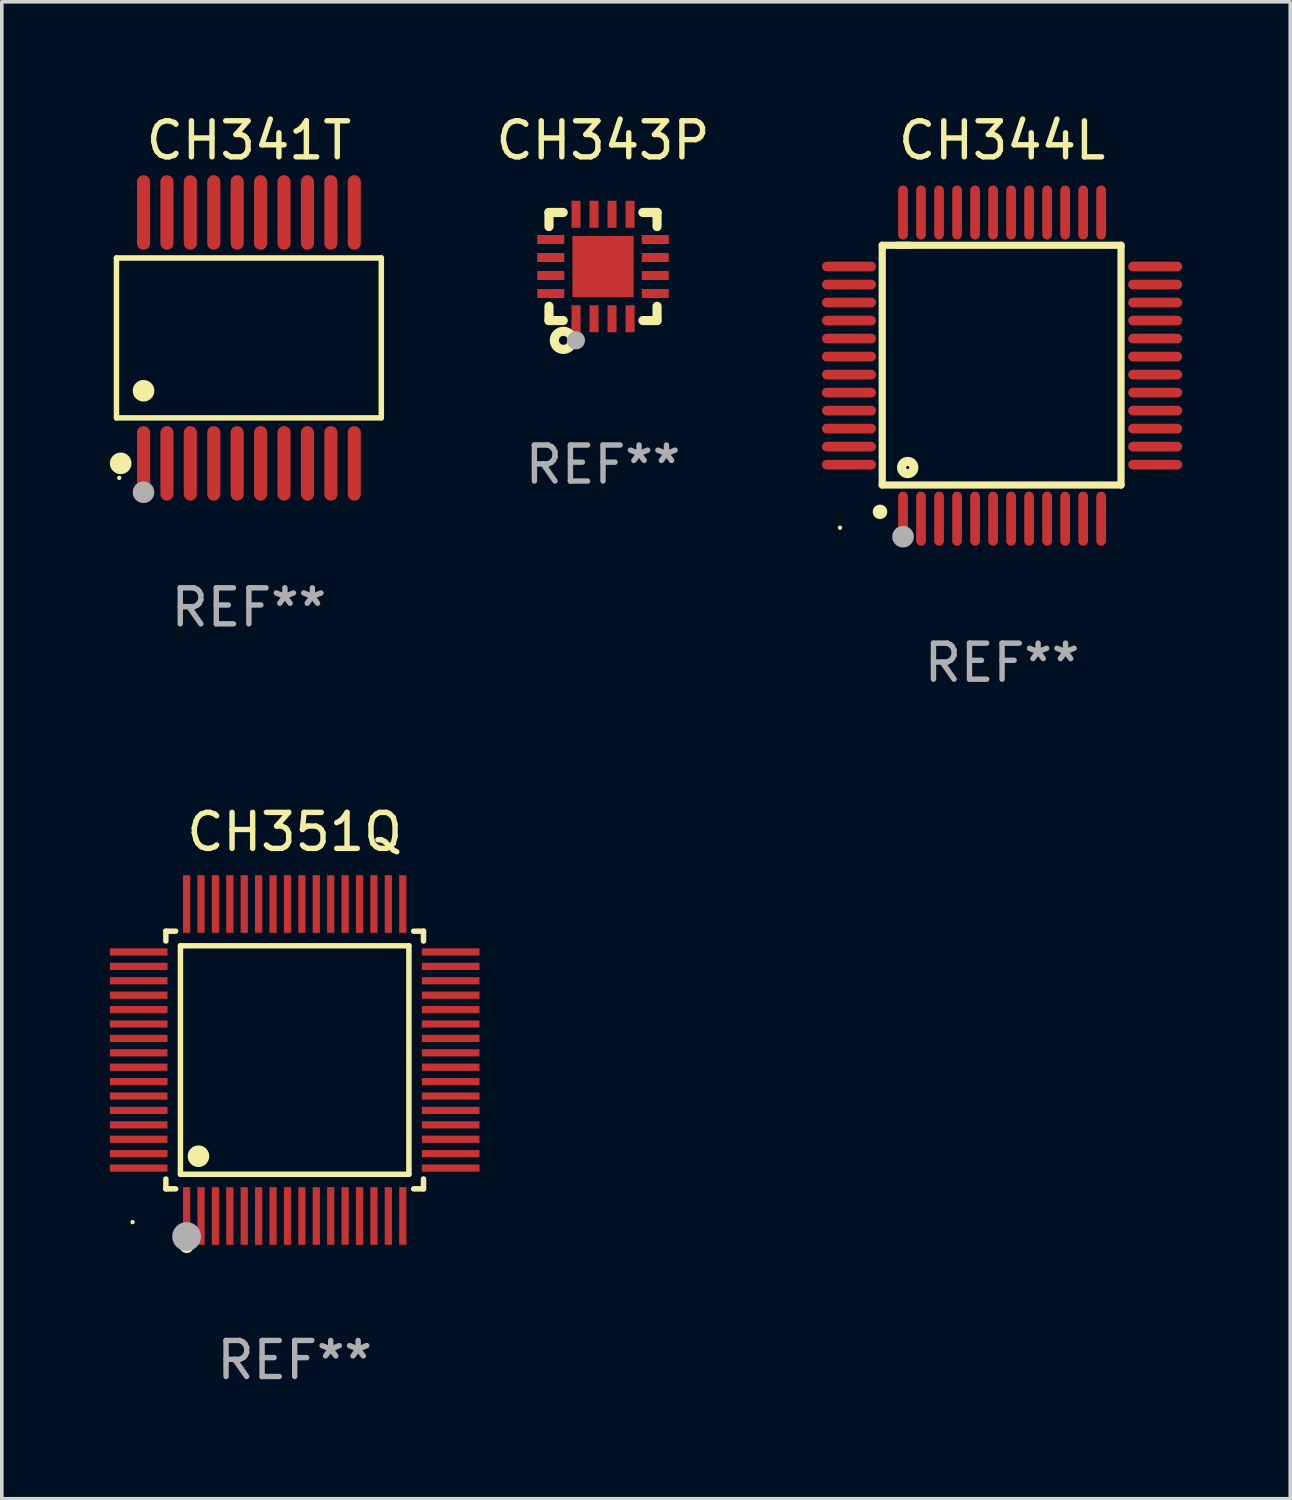
<source format=kicad_pcb>
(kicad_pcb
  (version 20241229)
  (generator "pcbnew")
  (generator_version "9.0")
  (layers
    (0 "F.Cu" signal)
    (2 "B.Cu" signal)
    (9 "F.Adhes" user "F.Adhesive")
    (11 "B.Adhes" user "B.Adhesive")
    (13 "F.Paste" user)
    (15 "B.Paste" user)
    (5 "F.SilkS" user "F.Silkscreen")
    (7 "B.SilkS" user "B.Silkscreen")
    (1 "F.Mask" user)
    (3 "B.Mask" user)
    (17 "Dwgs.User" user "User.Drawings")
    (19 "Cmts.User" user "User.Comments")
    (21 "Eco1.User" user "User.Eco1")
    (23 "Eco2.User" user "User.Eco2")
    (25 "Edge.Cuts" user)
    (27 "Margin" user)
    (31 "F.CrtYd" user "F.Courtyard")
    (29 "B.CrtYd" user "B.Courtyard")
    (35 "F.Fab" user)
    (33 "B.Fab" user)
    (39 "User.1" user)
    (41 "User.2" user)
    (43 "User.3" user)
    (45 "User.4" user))
  (footprint "CH341T"
    (layer "F.Cu")
    (at 3.859 6.33)
    (property "Reference" "CH341T" (at 0 -5.482 0) (layer "F.SilkS") (effects (font (size 1 1) (thickness 0.15))))
    (attr through_hole)
    (fp_line (start -3.676 -2.219) (end 3.676 -2.219) (stroke (width 0.152) (type solid)) (layer "F.SilkS"))
    (fp_line (start -3.676 2.219) (end -3.676 -2.219) (stroke (width 0.152) (type solid)) (layer "F.SilkS"))
    (fp_line (start 3.676 -2.219) (end 3.676 2.219) (stroke (width 0.152) (type solid)) (layer "F.SilkS"))
    (fp_line (start 3.676 2.219) (end -3.676 2.219) (stroke (width 0.152) (type solid)) (layer "F.SilkS"))
    (fp_circle (center -3.6 3.885) (end -3.57 3.885) (stroke (width 0.06) (type solid)) (fill no) (layer "F.SilkS"))
    (fp_circle (center -3.559 3.482) (end -3.409 3.482) (stroke (width 0.3) (type solid)) (fill no) (layer "F.SilkS"))
    (fp_circle (center -2.925 1.467) (end -2.775 1.467) (stroke (width 0.3) (type solid)) (fill no) (layer "F.SilkS"))
    (fp_circle (center -2.925 4.285) (end -2.775 4.285) (stroke (width 0.3) (type solid)) (fill no) (layer "F.Fab"))
    (fp_text user "REF**" (at 0 7.482 0) (layer "F.Fab") (effects (font (size 1 1) (thickness 0.15))))
    (pad "1" smd oval (at -2.925 3.482) (size 0.364 2.069) (layers "F.Cu" "F.Mask" "F.Paste"))
    (pad "2" smd oval (at -2.275 3.482) (size 0.364 2.069) (layers "F.Cu" "F.Mask" "F.Paste"))
    (pad "3" smd oval (at -1.625 3.482) (size 0.364 2.069) (layers "F.Cu" "F.Mask" "F.Paste"))
    (pad "4" smd oval (at -0.975 3.482) (size 0.364 2.069) (layers "F.Cu" "F.Mask" "F.Paste"))
    (pad "5" smd oval (at -0.325 3.482) (size 0.364 2.069) (layers "F.Cu" "F.Mask" "F.Paste"))
    (pad "6" smd oval (at 0.325 3.482) (size 0.364 2.069) (layers "F.Cu" "F.Mask" "F.Paste"))
    (pad "7" smd oval (at 0.975 3.482) (size 0.364 2.069) (layers "F.Cu" "F.Mask" "F.Paste"))
    (pad "8" smd oval (at 1.625 3.482) (size 0.364 2.069) (layers "F.Cu" "F.Mask" "F.Paste"))
    (pad "9" smd oval (at 2.275 3.482) (size 0.364 2.069) (layers "F.Cu" "F.Mask" "F.Paste"))
    (pad "10" smd oval (at 2.925 3.482) (size 0.364 2.069) (layers "F.Cu" "F.Mask" "F.Paste"))
    (pad "11" smd oval (at 2.925 -3.482) (size 0.364 2.069) (layers "F.Cu" "F.Mask" "F.Paste"))
    (pad "12" smd oval (at 2.275 -3.482) (size 0.364 2.069) (layers "F.Cu" "F.Mask" "F.Paste"))
    (pad "13" smd oval (at 1.625 -3.482) (size 0.364 2.069) (layers "F.Cu" "F.Mask" "F.Paste"))
    (pad "14" smd oval (at 0.975 -3.482) (size 0.364 2.069) (layers "F.Cu" "F.Mask" "F.Paste"))
    (pad "15" smd oval (at 0.325 -3.482) (size 0.364 2.069) (layers "F.Cu" "F.Mask" "F.Paste"))
    (pad "16" smd oval (at -0.325 -3.482) (size 0.364 2.069) (layers "F.Cu" "F.Mask" "F.Paste"))
    (pad "17" smd oval (at -0.975 -3.482) (size 0.364 2.069) (layers "F.Cu" "F.Mask" "F.Paste"))
    (pad "18" smd oval (at -1.625 -3.482) (size 0.364 2.069) (layers "F.Cu" "F.Mask" "F.Paste"))
    (pad "19" smd oval (at -2.275 -3.482) (size 0.364 2.069) (layers "F.Cu" "F.Mask" "F.Paste"))
    (pad "20" smd oval (at -2.925 -3.482) (size 0.364 2.069) (layers "F.Cu" "F.Mask" "F.Paste")))
  (footprint "CH343P"
    (layer "F.Cu")
    (at 13.689 4.348)
    (property "Reference" "CH343P" (at 0 -3.5 0) (layer "F.SilkS") (effects (font (size 1 1) (thickness 0.15))))
    (attr through_hole)
    (fp_line (start -1.5 -1.5) (end -1.5 -1.108) (stroke (width 0.254) (type solid)) (layer "F.SilkS"))
    (fp_line (start -1.5 -1.5) (end -1.105 -1.5) (stroke (width 0.254) (type solid)) (layer "F.SilkS"))
    (fp_line (start -1.5 1.104) (end -1.5 1.5) (stroke (width 0.254) (type solid)) (layer "F.SilkS"))
    (fp_line (start -1.5 1.5) (end -1.105 1.5) (stroke (width 0.254) (type solid)) (layer "F.SilkS"))
    (fp_line (start 1.106 -1.5) (end 1.5 -1.5) (stroke (width 0.254) (type solid)) (layer "F.SilkS"))
    (fp_line (start 1.108 1.5) (end 1.5 1.5) (stroke (width 0.254) (type solid)) (layer "F.SilkS"))
    (fp_line (start 1.5 -1.108) (end 1.5 -1.5) (stroke (width 0.254) (type solid)) (layer "F.SilkS"))
    (fp_line (start 1.5 1.5) (end 1.5 1.104) (stroke (width 0.254) (type solid)) (layer "F.SilkS"))
    (fp_circle (center -1.5 1.5) (end -1.47 1.5) (stroke (width 0.06) (type solid)) (fill no) (layer "F.SilkS"))
    (fp_circle (center -1.1 2.05) (end -0.975 2.05) (stroke (width 0.254) (type solid)) (fill no) (layer "F.SilkS"))
    (fp_circle (center -0.75 2.05) (end -0.625 2.05) (stroke (width 0.25) (type solid)) (fill no) (layer "F.Fab"))
    (fp_text user "REF**" (at 0 5.5 0) (layer "F.Fab") (effects (font (size 1 1) (thickness 0.15))))
    (pad "1" smd rect (at -0.749 1.45) (size 0.25 0.75) (layers "F.Cu" "F.Mask" "F.Paste"))
    (pad "2" smd rect (at -0.249 1.45) (size 0.25 0.75) (layers "F.Cu" "F.Mask" "F.Paste"))
    (pad "3" smd rect (at 0.251 1.45) (size 0.25 0.75) (layers "F.Cu" "F.Mask" "F.Paste"))
    (pad "4" smd rect (at 0.751 1.45) (size 0.25 0.75) (layers "F.Cu" "F.Mask" "F.Paste"))
    (pad "5" smd rect (at 1.45 0.75) (size 0.75 0.25) (layers "F.Cu" "F.Mask" "F.Paste"))
    (pad "6" smd rect (at 1.45 0.25) (size 0.75 0.25) (layers "F.Cu" "F.Mask" "F.Paste"))
    (pad "7" smd rect (at 1.45 -0.25) (size 0.75 0.25) (layers "F.Cu" "F.Mask" "F.Paste"))
    (pad "8" smd rect (at 1.45 -0.75) (size 0.75 0.25) (layers "F.Cu" "F.Mask" "F.Paste"))
    (pad "9" smd rect (at 0.75 -1.45) (size 0.25 0.75) (layers "F.Cu" "F.Mask" "F.Paste"))
    (pad "10" smd rect (at 0.25 -1.45) (size 0.25 0.75) (layers "F.Cu" "F.Mask" "F.Paste"))
    (pad "11" smd rect (at -0.25 -1.45) (size 0.25 0.75) (layers "F.Cu" "F.Mask" "F.Paste"))
    (pad "12" smd rect (at -0.749 -1.45) (size 0.25 0.75) (layers "F.Cu" "F.Mask" "F.Paste"))
    (pad "13" smd rect (at -1.45 -0.75) (size 0.75 0.25) (layers "F.Cu" "F.Mask" "F.Paste"))
    (pad "14" smd rect (at -1.45 -0.25) (size 0.75 0.25) (layers "F.Cu" "F.Mask" "F.Paste"))
    (pad "15" smd rect (at -1.45 0.25) (size 0.75 0.25) (layers "F.Cu" "F.Mask" "F.Paste"))
    (pad "16" smd rect (at -1.45 0.75) (size 0.75 0.25) (layers "F.Cu" "F.Mask" "F.Paste"))
    (pad "17" smd rect (at 0.000267 0.000267) (size 1.7 1.7) (layers "F.Cu" "F.Mask" "F.Paste")))
  (footprint "CH351Q"
    (layer "F.Cu")
    (at 5.13 26.375)
    (property "Reference" "CH351Q" (at 0 -6.33 0) (layer "F.SilkS") (effects (font (size 1 1) (thickness 0.15))))
    (attr through_hole)
    (fp_line (start -3.576 -3.576) (end -3.303 -3.576) (stroke (width 0.152) (type solid)) (layer "F.SilkS"))
    (fp_line (start -3.576 -3.303) (end -3.576 -3.576) (stroke (width 0.152) (type solid)) (layer "F.SilkS"))
    (fp_line (start -3.576 3.303) (end -3.576 3.576) (stroke (width 0.152) (type solid)) (layer "F.SilkS"))
    (fp_line (start -3.576 3.576) (end -3.303 3.576) (stroke (width 0.152) (type solid)) (layer "F.SilkS"))
    (fp_line (start -3.171 -3.171) (end 3.171 -3.171) (stroke (width 0.152) (type solid)) (layer "F.SilkS"))
    (fp_line (start -3.171 3.171) (end -3.171 -3.171) (stroke (width 0.152) (type solid)) (layer "F.SilkS"))
    (fp_line (start 3.171 -3.171) (end 3.171 3.171) (stroke (width 0.152) (type solid)) (layer "F.SilkS"))
    (fp_line (start 3.171 3.171) (end -3.171 3.171) (stroke (width 0.152) (type solid)) (layer "F.SilkS"))
    (fp_line (start 3.576 -3.576) (end 3.303 -3.576) (stroke (width 0.152) (type solid)) (layer "F.SilkS"))
    (fp_line (start 3.576 -3.303) (end 3.576 -3.576) (stroke (width 0.152) (type solid)) (layer "F.SilkS"))
    (fp_line (start 3.576 3.303) (end 3.576 3.576) (stroke (width 0.152) (type solid)) (layer "F.SilkS"))
    (fp_line (start 3.576 3.576) (end 3.303 3.576) (stroke (width 0.152) (type solid)) (layer "F.SilkS"))
    (fp_circle (center -4.5 4.5) (end -4.47 4.5) (stroke (width 0.06) (type solid)) (fill no) (layer "F.SilkS"))
    (fp_circle (center -3 5.16) (end -2.9 5.16) (stroke (width 0.2) (type solid)) (fill no) (layer "F.SilkS"))
    (fp_circle (center -2.671 2.671) (end -2.521 2.671) (stroke (width 0.3) (type solid)) (fill no) (layer "F.SilkS"))
    (fp_circle (center -3 4.9) (end -2.8 4.9) (stroke (width 0.4) (type solid)) (fill no) (layer "F.Fab"))
    (fp_text user "REF**" (at 0 8.33 0) (layer "F.Fab") (effects (font (size 1 1) (thickness 0.15))))
    (pad "1" smd rect (at -3 4.33) (size 0.2 1.6) (layers "F.Cu" "F.Mask" "F.Paste"))
    (pad "2" smd rect (at -2.6 4.33) (size 0.2 1.6) (layers "F.Cu" "F.Mask" "F.Paste"))
    (pad "3" smd rect (at -2.2 4.33) (size 0.2 1.6) (layers "F.Cu" "F.Mask" "F.Paste"))
    (pad "4" smd rect (at -1.8 4.33) (size 0.2 1.6) (layers "F.Cu" "F.Mask" "F.Paste"))
    (pad "5" smd rect (at -1.4 4.33) (size 0.2 1.6) (layers "F.Cu" "F.Mask" "F.Paste"))
    (pad "6" smd rect (at -1 4.33) (size 0.2 1.6) (layers "F.Cu" "F.Mask" "F.Paste"))
    (pad "7" smd rect (at -0.6 4.33) (size 0.2 1.6) (layers "F.Cu" "F.Mask" "F.Paste"))
    (pad "8" smd rect (at -0.2 4.33) (size 0.2 1.6) (layers "F.Cu" "F.Mask" "F.Paste"))
    (pad "9" smd rect (at 0.2 4.33) (size 0.2 1.6) (layers "F.Cu" "F.Mask" "F.Paste"))
    (pad "10" smd rect (at 0.6 4.33) (size 0.2 1.6) (layers "F.Cu" "F.Mask" "F.Paste"))
    (pad "11" smd rect (at 1 4.33) (size 0.2 1.6) (layers "F.Cu" "F.Mask" "F.Paste"))
    (pad "12" smd rect (at 1.4 4.33) (size 0.2 1.6) (layers "F.Cu" "F.Mask" "F.Paste"))
    (pad "13" smd rect (at 1.8 4.33) (size 0.2 1.6) (layers "F.Cu" "F.Mask" "F.Paste"))
    (pad "14" smd rect (at 2.2 4.33) (size 0.2 1.6) (layers "F.Cu" "F.Mask" "F.Paste"))
    (pad "15" smd rect (at 2.6 4.33) (size 0.2 1.6) (layers "F.Cu" "F.Mask" "F.Paste"))
    (pad "16" smd rect (at 3 4.33) (size 0.2 1.6) (layers "F.Cu" "F.Mask" "F.Paste"))
    (pad "17" smd rect (at 4.33 3) (size 1.6 0.2) (layers "F.Cu" "F.Mask" "F.Paste"))
    (pad "18" smd rect (at 4.33 2.6) (size 1.6 0.2) (layers "F.Cu" "F.Mask" "F.Paste"))
    (pad "19" smd rect (at 4.33 2.2) (size 1.6 0.2) (layers "F.Cu" "F.Mask" "F.Paste"))
    (pad "20" smd rect (at 4.33 1.8) (size 1.6 0.2) (layers "F.Cu" "F.Mask" "F.Paste"))
    (pad "21" smd rect (at 4.33 1.4) (size 1.6 0.2) (layers "F.Cu" "F.Mask" "F.Paste"))
    (pad "22" smd rect (at 4.33 1) (size 1.6 0.2) (layers "F.Cu" "F.Mask" "F.Paste"))
    (pad "23" smd rect (at 4.33 0.6) (size 1.6 0.2) (layers "F.Cu" "F.Mask" "F.Paste"))
    (pad "24" smd rect (at 4.33 0.2) (size 1.6 0.2) (layers "F.Cu" "F.Mask" "F.Paste"))
    (pad "25" smd rect (at 4.33 -0.2) (size 1.6 0.2) (layers "F.Cu" "F.Mask" "F.Paste"))
    (pad "26" smd rect (at 4.33 -0.6) (size 1.6 0.2) (layers "F.Cu" "F.Mask" "F.Paste"))
    (pad "27" smd rect (at 4.33 -1) (size 1.6 0.2) (layers "F.Cu" "F.Mask" "F.Paste"))
    (pad "28" smd rect (at 4.33 -1.4) (size 1.6 0.2) (layers "F.Cu" "F.Mask" "F.Paste"))
    (pad "29" smd rect (at 4.33 -1.8) (size 1.6 0.2) (layers "F.Cu" "F.Mask" "F.Paste"))
    (pad "30" smd rect (at 4.33 -2.2) (size 1.6 0.2) (layers "F.Cu" "F.Mask" "F.Paste"))
    (pad "31" smd rect (at 4.33 -2.6) (size 1.6 0.2) (layers "F.Cu" "F.Mask" "F.Paste"))
    (pad "32" smd rect (at 4.33 -3) (size 1.6 0.2) (layers "F.Cu" "F.Mask" "F.Paste"))
    (pad "33" smd rect (at 3 -4.33) (size 0.2 1.6) (layers "F.Cu" "F.Mask" "F.Paste"))
    (pad "34" smd rect (at 2.6 -4.33) (size 0.2 1.6) (layers "F.Cu" "F.Mask" "F.Paste"))
    (pad "35" smd rect (at 2.2 -4.33) (size 0.2 1.6) (layers "F.Cu" "F.Mask" "F.Paste"))
    (pad "36" smd rect (at 1.8 -4.33) (size 0.2 1.6) (layers "F.Cu" "F.Mask" "F.Paste"))
    (pad "37" smd rect (at 1.4 -4.33) (size 0.2 1.6) (layers "F.Cu" "F.Mask" "F.Paste"))
    (pad "38" smd rect (at 1 -4.33) (size 0.2 1.6) (layers "F.Cu" "F.Mask" "F.Paste"))
    (pad "39" smd rect (at 0.6 -4.33) (size 0.2 1.6) (layers "F.Cu" "F.Mask" "F.Paste"))
    (pad "40" smd rect (at 0.2 -4.33) (size 0.2 1.6) (layers "F.Cu" "F.Mask" "F.Paste"))
    (pad "41" smd rect (at -0.2 -4.33) (size 0.2 1.6) (layers "F.Cu" "F.Mask" "F.Paste"))
    (pad "42" smd rect (at -0.6 -4.33) (size 0.2 1.6) (layers "F.Cu" "F.Mask" "F.Paste"))
    (pad "43" smd rect (at -1 -4.33) (size 0.2 1.6) (layers "F.Cu" "F.Mask" "F.Paste"))
    (pad "44" smd rect (at -1.4 -4.33) (size 0.2 1.6) (layers "F.Cu" "F.Mask" "F.Paste"))
    (pad "45" smd rect (at -1.8 -4.33) (size 0.2 1.6) (layers "F.Cu" "F.Mask" "F.Paste"))
    (pad "46" smd rect (at -2.2 -4.33) (size 0.2 1.6) (layers "F.Cu" "F.Mask" "F.Paste"))
    (pad "47" smd rect (at -2.6 -4.33) (size 0.2 1.6) (layers "F.Cu" "F.Mask" "F.Paste"))
    (pad "48" smd rect (at -3 -4.33) (size 0.2 1.6) (layers "F.Cu" "F.Mask" "F.Paste"))
    (pad "49" smd rect (at -4.33 -3) (size 1.6 0.2) (layers "F.Cu" "F.Mask" "F.Paste"))
    (pad "50" smd rect (at -4.33 -2.6) (size 1.6 0.2) (layers "F.Cu" "F.Mask" "F.Paste"))
    (pad "51" smd rect (at -4.33 -2.2) (size 1.6 0.2) (layers "F.Cu" "F.Mask" "F.Paste"))
    (pad "52" smd rect (at -4.33 -1.8) (size 1.6 0.2) (layers "F.Cu" "F.Mask" "F.Paste"))
    (pad "53" smd rect (at -4.33 -1.4) (size 1.6 0.2) (layers "F.Cu" "F.Mask" "F.Paste"))
    (pad "54" smd rect (at -4.33 -1) (size 1.6 0.2) (layers "F.Cu" "F.Mask" "F.Paste"))
    (pad "55" smd rect (at -4.33 -0.6) (size 1.6 0.2) (layers "F.Cu" "F.Mask" "F.Paste"))
    (pad "56" smd rect (at -4.33 -0.2) (size 1.6 0.2) (layers "F.Cu" "F.Mask" "F.Paste"))
    (pad "57" smd rect (at -4.33 0.2) (size 1.6 0.2) (layers "F.Cu" "F.Mask" "F.Paste"))
    (pad "58" smd rect (at -4.33 0.6) (size 1.6 0.2) (layers "F.Cu" "F.Mask" "F.Paste"))
    (pad "59" smd rect (at -4.33 1) (size 1.6 0.2) (layers "F.Cu" "F.Mask" "F.Paste"))
    (pad "60" smd rect (at -4.33 1.4) (size 1.6 0.2) (layers "F.Cu" "F.Mask" "F.Paste"))
    (pad "61" smd rect (at -4.33 1.8) (size 1.6 0.2) (layers "F.Cu" "F.Mask" "F.Paste"))
    (pad "62" smd rect (at -4.33 2.2) (size 1.6 0.2) (layers "F.Cu" "F.Mask" "F.Paste"))
    (pad "63" smd rect (at -4.33 2.6) (size 1.6 0.2) (layers "F.Cu" "F.Mask" "F.Paste"))
    (pad "64" smd rect (at -4.33 3) (size 1.6 0.2) (layers "F.Cu" "F.Mask" "F.Paste")))
  (footprint "CH344L"
    (layer "F.Cu")
    (at 24.767 7.098)
    (property "Reference" "CH344L" (at 0 -6.25 0) (layer "F.SilkS") (effects (font (size 1 1) (thickness 0.15))))
    (attr through_hole)
    (fp_line (start -3.327 -3.34) (end -2.565 -3.34) (stroke (width 0.2) (type solid)) (layer "F.SilkS"))
    (fp_line (start -3.327 3.315) (end -3.327 -3.34) (stroke (width 0.2) (type solid)) (layer "F.SilkS"))
    (fp_line (start -2.896 -3.34) (end 3.302 -3.34) (stroke (width 0.2) (type solid)) (layer "F.SilkS"))
    (fp_line (start 3.302 -3.34) (end 3.302 3.315) (stroke (width 0.2) (type solid)) (layer "F.SilkS"))
    (fp_line (start 3.302 3.315) (end -3.327 3.315) (stroke (width 0.2) (type solid)) (layer "F.SilkS"))
    (fp_arc (start -3.389992 4.059995) (mid -3.388722 4.059991) (end -3.387452 4.059995) (stroke (width 0.4) (type solid)) (layer "F.SilkS"))
    (fp_circle (center -4.5 4.5) (end -4.47 4.5) (stroke (width 0.06) (type solid)) (fill no) (layer "F.SilkS"))
    (fp_circle (center -2.62 2.83) (end -2.45 2.83) (stroke (width 0.254) (type solid)) (fill no) (layer "F.SilkS"))
    (fp_circle (center -2.75 4.75) (end -2.6 4.75) (stroke (width 0.3) (type solid)) (fill no) (layer "F.Fab"))
    (fp_text user "REF**" (at 0 8.25 0) (layer "F.Fab") (effects (font (size 1 1) (thickness 0.15))))
    (pad "1" smd oval (at -2.75 4.25) (size 0.27 1.5) (layers "F.Cu" "F.Mask" "F.Paste"))
    (pad "2" smd oval (at -2.25 4.25) (size 0.27 1.5) (layers "F.Cu" "F.Mask" "F.Paste"))
    (pad "3" smd oval (at -1.75 4.25) (size 0.27 1.5) (layers "F.Cu" "F.Mask" "F.Paste"))
    (pad "4" smd oval (at -1.25 4.25) (size 0.27 1.5) (layers "F.Cu" "F.Mask" "F.Paste"))
    (pad "5" smd oval (at -0.75 4.25) (size 0.27 1.5) (layers "F.Cu" "F.Mask" "F.Paste"))
    (pad "6" smd oval (at -0.25 4.25) (size 0.27 1.5) (layers "F.Cu" "F.Mask" "F.Paste"))
    (pad "7" smd oval (at 0.25 4.25) (size 0.27 1.5) (layers "F.Cu" "F.Mask" "F.Paste"))
    (pad "8" smd oval (at 0.75 4.25) (size 0.27 1.5) (layers "F.Cu" "F.Mask" "F.Paste"))
    (pad "9" smd oval (at 1.25 4.25) (size 0.27 1.5) (layers "F.Cu" "F.Mask" "F.Paste"))
    (pad "10" smd oval (at 1.75 4.25) (size 0.27 1.5) (layers "F.Cu" "F.Mask" "F.Paste"))
    (pad "11" smd oval (at 2.25 4.25) (size 0.27 1.5) (layers "F.Cu" "F.Mask" "F.Paste"))
    (pad "12" smd oval (at 2.75 4.25) (size 0.27 1.5) (layers "F.Cu" "F.Mask" "F.Paste"))
    (pad "13" smd oval (at 4.25 2.75) (size 1.5 0.27) (layers "F.Cu" "F.Mask" "F.Paste"))
    (pad "14" smd oval (at 4.25 2.25) (size 1.5 0.27) (layers "F.Cu" "F.Mask" "F.Paste"))
    (pad "15" smd oval (at 4.25 1.75) (size 1.5 0.27) (layers "F.Cu" "F.Mask" "F.Paste"))
    (pad "16" smd oval (at 4.25 1.25) (size 1.5 0.27) (layers "F.Cu" "F.Mask" "F.Paste"))
    (pad "17" smd oval (at 4.25 0.75) (size 1.5 0.27) (layers "F.Cu" "F.Mask" "F.Paste"))
    (pad "18" smd oval (at 4.25 0.25) (size 1.5 0.27) (layers "F.Cu" "F.Mask" "F.Paste"))
    (pad "19" smd oval (at 4.25 -0.25) (size 1.5 0.27) (layers "F.Cu" "F.Mask" "F.Paste"))
    (pad "20" smd oval (at 4.25 -0.75) (size 1.5 0.27) (layers "F.Cu" "F.Mask" "F.Paste"))
    (pad "21" smd oval (at 4.25 -1.25) (size 1.5 0.27) (layers "F.Cu" "F.Mask" "F.Paste"))
    (pad "22" smd oval (at 4.25 -1.75) (size 1.5 0.27) (layers "F.Cu" "F.Mask" "F.Paste"))
    (pad "23" smd oval (at 4.25 -2.25) (size 1.5 0.27) (layers "F.Cu" "F.Mask" "F.Paste"))
    (pad "24" smd oval (at 4.25 -2.75) (size 1.5 0.27) (layers "F.Cu" "F.Mask" "F.Paste"))
    (pad "25" smd oval (at 2.75 -4.25) (size 0.27 1.5) (layers "F.Cu" "F.Mask" "F.Paste"))
    (pad "26" smd oval (at 2.25 -4.25) (size 0.27 1.5) (layers "F.Cu" "F.Mask" "F.Paste"))
    (pad "27" smd oval (at 1.75 -4.25) (size 0.27 1.5) (layers "F.Cu" "F.Mask" "F.Paste"))
    (pad "28" smd oval (at 1.25 -4.25) (size 0.27 1.5) (layers "F.Cu" "F.Mask" "F.Paste"))
    (pad "29" smd oval (at 0.75 -4.25) (size 0.27 1.5) (layers "F.Cu" "F.Mask" "F.Paste"))
    (pad "30" smd oval (at 0.25 -4.25) (size 0.27 1.5) (layers "F.Cu" "F.Mask" "F.Paste"))
    (pad "31" smd oval (at -0.25 -4.25) (size 0.27 1.5) (layers "F.Cu" "F.Mask" "F.Paste"))
    (pad "32" smd oval (at -0.75 -4.25) (size 0.27 1.5) (layers "F.Cu" "F.Mask" "F.Paste"))
    (pad "33" smd oval (at -1.25 -4.25) (size 0.27 1.5) (layers "F.Cu" "F.Mask" "F.Paste"))
    (pad "34" smd oval (at -1.75 -4.25) (size 0.27 1.5) (layers "F.Cu" "F.Mask" "F.Paste"))
    (pad "35" smd oval (at -2.25 -4.25) (size 0.27 1.5) (layers "F.Cu" "F.Mask" "F.Paste"))
    (pad "36" smd oval (at -2.75 -4.25) (size 0.27 1.5) (layers "F.Cu" "F.Mask" "F.Paste"))
    (pad "37" smd oval (at -4.25 -2.75) (size 1.5 0.27) (layers "F.Cu" "F.Mask" "F.Paste"))
    (pad "38" smd oval (at -4.25 -2.25) (size 1.5 0.27) (layers "F.Cu" "F.Mask" "F.Paste"))
    (pad "39" smd oval (at -4.25 -1.75) (size 1.5 0.27) (layers "F.Cu" "F.Mask" "F.Paste"))
    (pad "40" smd oval (at -4.25 -1.25) (size 1.5 0.27) (layers "F.Cu" "F.Mask" "F.Paste"))
    (pad "41" smd oval (at -4.25 -0.75) (size 1.5 0.27) (layers "F.Cu" "F.Mask" "F.Paste"))
    (pad "42" smd oval (at -4.25 -0.25) (size 1.5 0.27) (layers "F.Cu" "F.Mask" "F.Paste"))
    (pad "43" smd oval (at -4.25 0.25) (size 1.5 0.27) (layers "F.Cu" "F.Mask" "F.Paste"))
    (pad "44" smd oval (at -4.25 0.75) (size 1.5 0.27) (layers "F.Cu" "F.Mask" "F.Paste"))
    (pad "45" smd oval (at -4.25 1.25) (size 1.5 0.27) (layers "F.Cu" "F.Mask" "F.Paste"))
    (pad "46" smd oval (at -4.25 1.75) (size 1.5 0.27) (layers "F.Cu" "F.Mask" "F.Paste"))
    (pad "47" smd oval (at -4.25 2.25) (size 1.5 0.27) (layers "F.Cu" "F.Mask" "F.Paste"))
    (pad "48" smd oval (at -4.25 2.75) (size 1.5 0.27) (layers "F.Cu" "F.Mask" "F.Paste")))
  (gr_rect
    (start -3 -3)
    (end 32.766 38.553)
    (stroke (width 0.1) (type default))
    (fill no)
    (layer "Edge.Cuts")))
</source>
